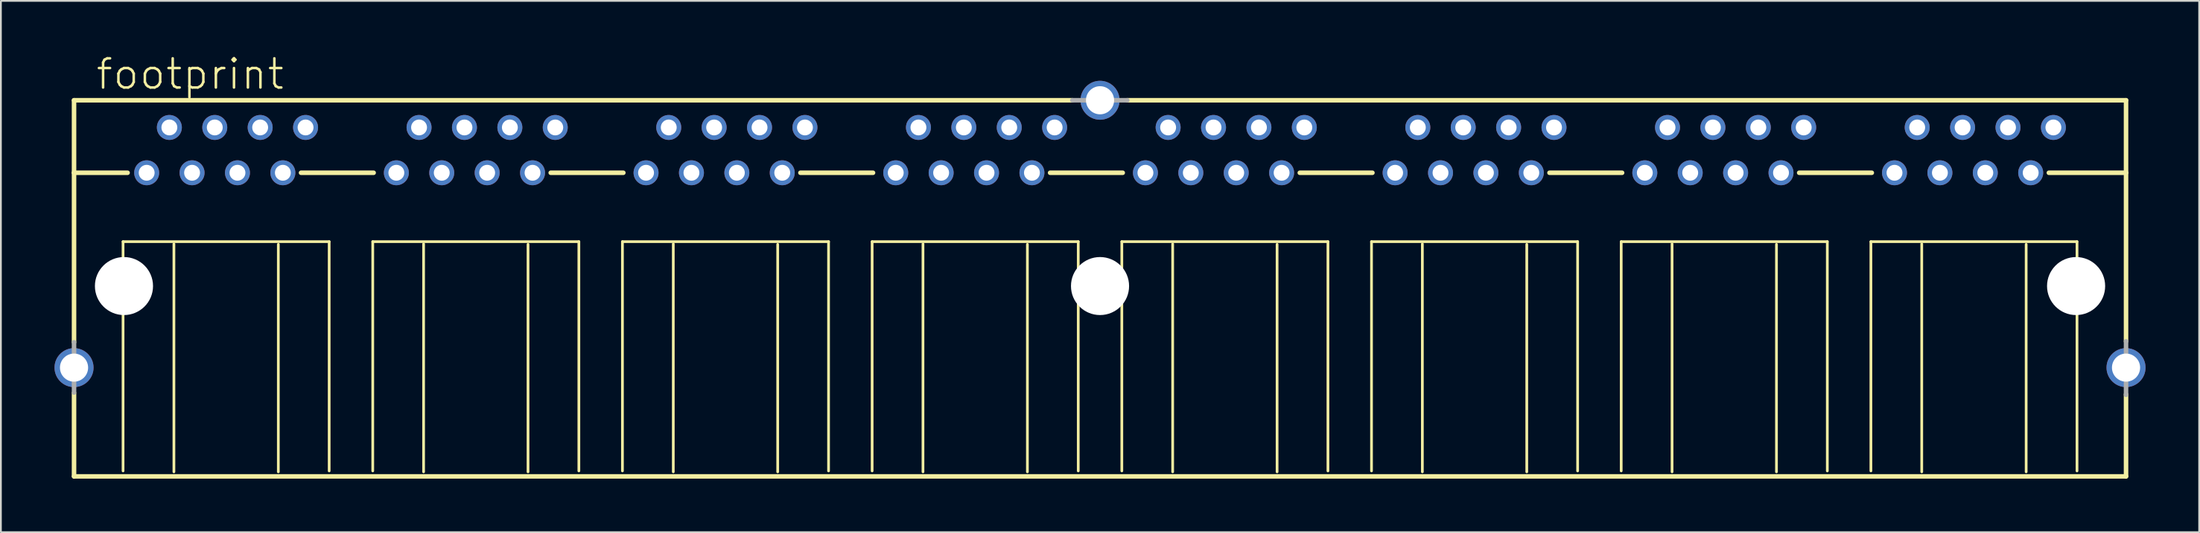
<source format=kicad_pcb>
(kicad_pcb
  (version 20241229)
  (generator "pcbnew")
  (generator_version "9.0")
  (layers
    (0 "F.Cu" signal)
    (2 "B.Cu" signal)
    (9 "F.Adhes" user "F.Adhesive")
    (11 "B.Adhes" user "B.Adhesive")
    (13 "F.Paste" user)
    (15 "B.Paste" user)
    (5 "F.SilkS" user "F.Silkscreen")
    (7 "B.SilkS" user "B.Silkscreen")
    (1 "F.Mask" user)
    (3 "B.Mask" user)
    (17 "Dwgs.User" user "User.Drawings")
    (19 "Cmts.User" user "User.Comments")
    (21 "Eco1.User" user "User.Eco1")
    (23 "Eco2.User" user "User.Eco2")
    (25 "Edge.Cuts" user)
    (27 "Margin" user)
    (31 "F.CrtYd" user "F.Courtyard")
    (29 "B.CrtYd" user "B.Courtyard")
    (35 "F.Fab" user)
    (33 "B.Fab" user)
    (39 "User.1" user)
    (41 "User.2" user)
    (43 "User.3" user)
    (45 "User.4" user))
  (footprint "footprint"
    (layer "F.Cu")
    (at 58.496 12.984)
    (property "Reference" "footprint" (at -56.261 -10.922 0) (layer "F.SilkS") (effects (font (size 1.636 1.636) (thickness 0.142)) (justify left bottom)))
    (fp_line (start -57.404 -10.414) (end -57.404 -6.35) (stroke (width 0.254) (type solid)) (layer "F.SilkS"))
    (fp_line (start -57.404 -6.35) (end -57.404 3.15) (stroke (width 0.254) (type solid)) (layer "F.SilkS"))
    (fp_line (start -57.404 5.994) (end -57.404 10.668) (stroke (width 0.254) (type solid)) (layer "F.SilkS"))
    (fp_line (start -57.404 10.668) (end 57.404 10.668) (stroke (width 0.254) (type solid)) (layer "F.SilkS"))
    (fp_line (start -54.661 -2.489) (end -54.661 10.363) (stroke (width 0.152) (type solid)) (layer "F.SilkS"))
    (fp_line (start -54.407 -6.35) (end -57.404 -6.35) (stroke (width 0.254) (type solid)) (layer "F.SilkS"))
    (fp_line (start -51.816 10.414) (end -51.816 -2.362) (stroke (width 0.152) (type solid)) (layer "F.SilkS"))
    (fp_line (start -45.974 -2.337) (end -45.974 10.414) (stroke (width 0.152) (type solid)) (layer "F.SilkS"))
    (fp_line (start -44.704 -6.35) (end -40.64 -6.35) (stroke (width 0.254) (type solid)) (layer "F.SilkS"))
    (fp_line (start -43.129 -2.489) (end -54.661 -2.489) (stroke (width 0.152) (type solid)) (layer "F.SilkS"))
    (fp_line (start -43.129 10.363) (end -43.129 -2.489) (stroke (width 0.152) (type solid)) (layer "F.SilkS"))
    (fp_line (start -40.691 -2.489) (end -40.691 10.363) (stroke (width 0.152) (type solid)) (layer "F.SilkS"))
    (fp_line (start -37.846 10.414) (end -37.846 -2.362) (stroke (width 0.152) (type solid)) (layer "F.SilkS"))
    (fp_line (start -32.004 -2.337) (end -32.004 10.414) (stroke (width 0.152) (type solid)) (layer "F.SilkS"))
    (fp_line (start -30.734 -6.35) (end -26.67 -6.35) (stroke (width 0.254) (type solid)) (layer "F.SilkS"))
    (fp_line (start -29.159 -2.489) (end -40.691 -2.489) (stroke (width 0.152) (type solid)) (layer "F.SilkS"))
    (fp_line (start -29.159 10.363) (end -29.159 -2.489) (stroke (width 0.152) (type solid)) (layer "F.SilkS"))
    (fp_line (start -26.721 -2.489) (end -26.721 10.363) (stroke (width 0.152) (type solid)) (layer "F.SilkS"))
    (fp_line (start -23.876 10.414) (end -23.876 -2.362) (stroke (width 0.152) (type solid)) (layer "F.SilkS"))
    (fp_line (start -18.034 -2.337) (end -18.034 10.414) (stroke (width 0.152) (type solid)) (layer "F.SilkS"))
    (fp_line (start -16.764 -6.35) (end -12.7 -6.35) (stroke (width 0.254) (type solid)) (layer "F.SilkS"))
    (fp_line (start -15.189 -2.489) (end -26.721 -2.489) (stroke (width 0.152) (type solid)) (layer "F.SilkS"))
    (fp_line (start -15.189 10.363) (end -15.189 -2.489) (stroke (width 0.152) (type solid)) (layer "F.SilkS"))
    (fp_line (start -12.751 -2.489) (end -12.751 10.363) (stroke (width 0.152) (type solid)) (layer "F.SilkS"))
    (fp_line (start -9.906 10.414) (end -9.906 -2.362) (stroke (width 0.152) (type solid)) (layer "F.SilkS"))
    (fp_line (start -4.064 -2.337) (end -4.064 10.414) (stroke (width 0.152) (type solid)) (layer "F.SilkS"))
    (fp_line (start -2.794 -6.35) (end 1.27 -6.35) (stroke (width 0.254) (type solid)) (layer "F.SilkS"))
    (fp_line (start -1.549 -10.414) (end -57.404 -10.414) (stroke (width 0.254) (type solid)) (layer "F.SilkS"))
    (fp_line (start -1.219 -2.489) (end -12.751 -2.489) (stroke (width 0.152) (type solid)) (layer "F.SilkS"))
    (fp_line (start -1.219 10.363) (end -1.219 -2.489) (stroke (width 0.152) (type solid)) (layer "F.SilkS"))
    (fp_line (start 1.219 -2.489) (end 1.219 10.363) (stroke (width 0.152) (type solid)) (layer "F.SilkS"))
    (fp_line (start 4.064 10.414) (end 4.064 -2.362) (stroke (width 0.152) (type solid)) (layer "F.SilkS"))
    (fp_line (start 9.906 -2.337) (end 9.906 10.414) (stroke (width 0.152) (type solid)) (layer "F.SilkS"))
    (fp_line (start 11.176 -6.35) (end 15.24 -6.35) (stroke (width 0.254) (type solid)) (layer "F.SilkS"))
    (fp_line (start 12.751 -2.489) (end 1.219 -2.489) (stroke (width 0.152) (type solid)) (layer "F.SilkS"))
    (fp_line (start 12.751 10.363) (end 12.751 -2.489) (stroke (width 0.152) (type solid)) (layer "F.SilkS"))
    (fp_line (start 15.189 -2.489) (end 15.189 10.363) (stroke (width 0.152) (type solid)) (layer "F.SilkS"))
    (fp_line (start 18.034 10.414) (end 18.034 -2.362) (stroke (width 0.152) (type solid)) (layer "F.SilkS"))
    (fp_line (start 23.876 -2.337) (end 23.876 10.414) (stroke (width 0.152) (type solid)) (layer "F.SilkS"))
    (fp_line (start 25.146 -6.35) (end 29.21 -6.35) (stroke (width 0.254) (type solid)) (layer "F.SilkS"))
    (fp_line (start 26.721 -2.489) (end 15.189 -2.489) (stroke (width 0.152) (type solid)) (layer "F.SilkS"))
    (fp_line (start 26.721 10.363) (end 26.721 -2.489) (stroke (width 0.152) (type solid)) (layer "F.SilkS"))
    (fp_line (start 29.159 -2.489) (end 29.159 10.363) (stroke (width 0.152) (type solid)) (layer "F.SilkS"))
    (fp_line (start 32.004 10.414) (end 32.004 -2.362) (stroke (width 0.152) (type solid)) (layer "F.SilkS"))
    (fp_line (start 37.846 -2.337) (end 37.846 10.414) (stroke (width 0.152) (type solid)) (layer "F.SilkS"))
    (fp_line (start 39.116 -6.35) (end 43.18 -6.35) (stroke (width 0.254) (type solid)) (layer "F.SilkS"))
    (fp_line (start 40.691 -2.489) (end 29.159 -2.489) (stroke (width 0.152) (type solid)) (layer "F.SilkS"))
    (fp_line (start 40.691 10.363) (end 40.691 -2.489) (stroke (width 0.152) (type solid)) (layer "F.SilkS"))
    (fp_line (start 43.129 -2.489) (end 43.129 10.363) (stroke (width 0.152) (type solid)) (layer "F.SilkS"))
    (fp_line (start 45.974 10.414) (end 45.974 -2.362) (stroke (width 0.152) (type solid)) (layer "F.SilkS"))
    (fp_line (start 51.816 -2.337) (end 51.816 10.414) (stroke (width 0.152) (type solid)) (layer "F.SilkS"))
    (fp_line (start 53.086 -6.35) (end 57.404 -6.35) (stroke (width 0.254) (type solid)) (layer "F.SilkS"))
    (fp_line (start 54.661 -2.489) (end 43.129 -2.489) (stroke (width 0.152) (type solid)) (layer "F.SilkS"))
    (fp_line (start 54.661 10.363) (end 54.661 -2.489) (stroke (width 0.152) (type solid)) (layer "F.SilkS"))
    (fp_line (start 57.404 -10.414) (end 1.524 -10.414) (stroke (width 0.254) (type solid)) (layer "F.SilkS"))
    (fp_line (start 57.404 -6.35) (end 57.404 -10.414) (stroke (width 0.254) (type solid)) (layer "F.SilkS"))
    (fp_line (start 57.404 3.099) (end 57.404 -6.35) (stroke (width 0.254) (type solid)) (layer "F.SilkS"))
    (fp_line (start 57.404 10.668) (end 57.404 6.071) (stroke (width 0.254) (type solid)) (layer "F.SilkS"))
    (fp_line (start -57.404 3.15) (end -57.404 5.969) (stroke (width 0.254) (type solid)) (layer "F.Fab"))
    (fp_line (start 1.524 -10.414) (end -1.549 -10.414) (stroke (width 0.254) (type solid)) (layer "F.Fab"))
    (fp_line (start 57.404 6.096) (end 57.404 3.099) (stroke (width 0.254) (type solid)) (layer "F.Fab"))
    (pad "" np_thru_hole circle (at -54.61 0) (size 3.251 3.251) (drill 3.251) (layers "*.Cu" "*.Mask"))
    (pad "" np_thru_hole circle (at 0 0) (size 3.251 3.251) (drill 3.251) (layers "*.Cu" "*.Mask"))
    (pad "" np_thru_hole circle (at 54.61 0) (size 3.251 3.251) (drill 3.251) (layers "*.Cu" "*.Mask"))
    (pad "1-1" thru_hole circle (at -53.34 -6.35) (size 1.397 1.397) (drill 0.889) (layers "*.Cu" "*.Mask"))
    (pad "1-2" thru_hole circle (at -52.07 -8.89) (size 1.397 1.397) (drill 0.889) (layers "*.Cu" "*.Mask"))
    (pad "1-3" thru_hole circle (at -50.8 -6.35) (size 1.397 1.397) (drill 0.889) (layers "*.Cu" "*.Mask"))
    (pad "1-4" thru_hole circle (at -49.53 -8.89) (size 1.397 1.397) (drill 0.889) (layers "*.Cu" "*.Mask"))
    (pad "1-5" thru_hole circle (at -48.26 -6.35) (size 1.397 1.397) (drill 0.889) (layers "*.Cu" "*.Mask"))
    (pad "1-6" thru_hole circle (at -46.99 -8.89) (size 1.397 1.397) (drill 0.889) (layers "*.Cu" "*.Mask"))
    (pad "1-7" thru_hole circle (at -45.72 -6.35) (size 1.397 1.397) (drill 0.889) (layers "*.Cu" "*.Mask"))
    (pad "1-8" thru_hole circle (at -44.45 -8.89) (size 1.397 1.397) (drill 0.889) (layers "*.Cu" "*.Mask"))
    (pad "2-1" thru_hole circle (at -39.37 -6.35) (size 1.397 1.397) (drill 0.889) (layers "*.Cu" "*.Mask"))
    (pad "2-2" thru_hole circle (at -38.1 -8.89) (size 1.397 1.397) (drill 0.889) (layers "*.Cu" "*.Mask"))
    (pad "2-3" thru_hole circle (at -36.83 -6.35) (size 1.397 1.397) (drill 0.889) (layers "*.Cu" "*.Mask"))
    (pad "2-4" thru_hole circle (at -35.56 -8.89) (size 1.397 1.397) (drill 0.889) (layers "*.Cu" "*.Mask"))
    (pad "2-5" thru_hole circle (at -34.29 -6.35) (size 1.397 1.397) (drill 0.889) (layers "*.Cu" "*.Mask"))
    (pad "2-6" thru_hole circle (at -33.02 -8.89) (size 1.397 1.397) (drill 0.889) (layers "*.Cu" "*.Mask"))
    (pad "2-7" thru_hole circle (at -31.75 -6.35) (size 1.397 1.397) (drill 0.889) (layers "*.Cu" "*.Mask"))
    (pad "2-8" thru_hole circle (at -30.48 -8.89) (size 1.397 1.397) (drill 0.889) (layers "*.Cu" "*.Mask"))
    (pad "3-1" thru_hole circle (at -25.4 -6.35) (size 1.397 1.397) (drill 0.889) (layers "*.Cu" "*.Mask"))
    (pad "3-2" thru_hole circle (at -24.13 -8.89) (size 1.397 1.397) (drill 0.889) (layers "*.Cu" "*.Mask"))
    (pad "3-3" thru_hole circle (at -22.86 -6.35) (size 1.397 1.397) (drill 0.889) (layers "*.Cu" "*.Mask"))
    (pad "3-4" thru_hole circle (at -21.59 -8.89) (size 1.397 1.397) (drill 0.889) (layers "*.Cu" "*.Mask"))
    (pad "3-5" thru_hole circle (at -20.32 -6.35) (size 1.397 1.397) (drill 0.889) (layers "*.Cu" "*.Mask"))
    (pad "3-6" thru_hole circle (at -19.05 -8.89) (size 1.397 1.397) (drill 0.889) (layers "*.Cu" "*.Mask"))
    (pad "3-7" thru_hole circle (at -17.78 -6.35) (size 1.397 1.397) (drill 0.889) (layers "*.Cu" "*.Mask"))
    (pad "3-8" thru_hole circle (at -16.51 -8.89) (size 1.397 1.397) (drill 0.889) (layers "*.Cu" "*.Mask"))
    (pad "4-1" thru_hole circle (at -11.43 -6.35) (size 1.397 1.397) (drill 0.889) (layers "*.Cu" "*.Mask"))
    (pad "4-2" thru_hole circle (at -10.16 -8.89) (size 1.397 1.397) (drill 0.889) (layers "*.Cu" "*.Mask"))
    (pad "4-3" thru_hole circle (at -8.89 -6.35) (size 1.397 1.397) (drill 0.889) (layers "*.Cu" "*.Mask"))
    (pad "4-4" thru_hole circle (at -7.62 -8.89) (size 1.397 1.397) (drill 0.889) (layers "*.Cu" "*.Mask"))
    (pad "4-5" thru_hole circle (at -6.35 -6.35) (size 1.397 1.397) (drill 0.889) (layers "*.Cu" "*.Mask"))
    (pad "4-6" thru_hole circle (at -5.08 -8.89) (size 1.397 1.397) (drill 0.889) (layers "*.Cu" "*.Mask"))
    (pad "4-7" thru_hole circle (at -3.81 -6.35) (size 1.397 1.397) (drill 0.889) (layers "*.Cu" "*.Mask"))
    (pad "4-8" thru_hole circle (at -2.54 -8.89) (size 1.397 1.397) (drill 0.889) (layers "*.Cu" "*.Mask"))
    (pad "5-1" thru_hole circle (at 2.54 -6.35) (size 1.397 1.397) (drill 0.889) (layers "*.Cu" "*.Mask"))
    (pad "5-2" thru_hole circle (at 3.81 -8.89) (size 1.397 1.397) (drill 0.889) (layers "*.Cu" "*.Mask"))
    (pad "5-3" thru_hole circle (at 5.08 -6.35) (size 1.397 1.397) (drill 0.889) (layers "*.Cu" "*.Mask"))
    (pad "5-4" thru_hole circle (at 6.35 -8.89) (size 1.397 1.397) (drill 0.889) (layers "*.Cu" "*.Mask"))
    (pad "5-5" thru_hole circle (at 7.62 -6.35) (size 1.397 1.397) (drill 0.889) (layers "*.Cu" "*.Mask"))
    (pad "5-6" thru_hole circle (at 8.89 -8.89) (size 1.397 1.397) (drill 0.889) (layers "*.Cu" "*.Mask"))
    (pad "5-7" thru_hole circle (at 10.16 -6.35) (size 1.397 1.397) (drill 0.889) (layers "*.Cu" "*.Mask"))
    (pad "5-8" thru_hole circle (at 11.43 -8.89) (size 1.397 1.397) (drill 0.889) (layers "*.Cu" "*.Mask"))
    (pad "6-1" thru_hole circle (at 16.51 -6.35) (size 1.397 1.397) (drill 0.889) (layers "*.Cu" "*.Mask"))
    (pad "6-2" thru_hole circle (at 17.78 -8.89) (size 1.397 1.397) (drill 0.889) (layers "*.Cu" "*.Mask"))
    (pad "6-3" thru_hole circle (at 19.05 -6.35) (size 1.397 1.397) (drill 0.889) (layers "*.Cu" "*.Mask"))
    (pad "6-4" thru_hole circle (at 20.32 -8.89) (size 1.397 1.397) (drill 0.889) (layers "*.Cu" "*.Mask"))
    (pad "6-5" thru_hole circle (at 21.59 -6.35) (size 1.397 1.397) (drill 0.889) (layers "*.Cu" "*.Mask"))
    (pad "6-6" thru_hole circle (at 22.86 -8.89) (size 1.397 1.397) (drill 0.889) (layers "*.Cu" "*.Mask"))
    (pad "6-7" thru_hole circle (at 24.13 -6.35) (size 1.397 1.397) (drill 0.889) (layers "*.Cu" "*.Mask"))
    (pad "6-8" thru_hole circle (at 25.4 -8.89) (size 1.397 1.397) (drill 0.889) (layers "*.Cu" "*.Mask"))
    (pad "7-1" thru_hole circle (at 30.48 -6.35) (size 1.397 1.397) (drill 0.889) (layers "*.Cu" "*.Mask"))
    (pad "7-2" thru_hole circle (at 31.75 -8.89) (size 1.397 1.397) (drill 0.889) (layers "*.Cu" "*.Mask"))
    (pad "7-3" thru_hole circle (at 33.02 -6.35) (size 1.397 1.397) (drill 0.889) (layers "*.Cu" "*.Mask"))
    (pad "7-4" thru_hole circle (at 34.29 -8.89) (size 1.397 1.397) (drill 0.889) (layers "*.Cu" "*.Mask"))
    (pad "7-5" thru_hole circle (at 35.56 -6.35) (size 1.397 1.397) (drill 0.889) (layers "*.Cu" "*.Mask"))
    (pad "7-6" thru_hole circle (at 36.83 -8.89) (size 1.397 1.397) (drill 0.889) (layers "*.Cu" "*.Mask"))
    (pad "7-7" thru_hole circle (at 38.1 -6.35) (size 1.397 1.397) (drill 0.889) (layers "*.Cu" "*.Mask"))
    (pad "7-8" thru_hole circle (at 39.37 -8.89) (size 1.397 1.397) (drill 0.889) (layers "*.Cu" "*.Mask"))
    (pad "8-1" thru_hole circle (at 44.45 -6.35) (size 1.397 1.397) (drill 0.889) (layers "*.Cu" "*.Mask"))
    (pad "8-2" thru_hole circle (at 45.72 -8.89) (size 1.397 1.397) (drill 0.889) (layers "*.Cu" "*.Mask"))
    (pad "8-3" thru_hole circle (at 46.99 -6.35) (size 1.397 1.397) (drill 0.889) (layers "*.Cu" "*.Mask"))
    (pad "8-4" thru_hole circle (at 48.26 -8.89) (size 1.397 1.397) (drill 0.889) (layers "*.Cu" "*.Mask"))
    (pad "8-5" thru_hole circle (at 49.53 -6.35) (size 1.397 1.397) (drill 0.889) (layers "*.Cu" "*.Mask"))
    (pad "8-6" thru_hole circle (at 50.8 -8.89) (size 1.397 1.397) (drill 0.889) (layers "*.Cu" "*.Mask"))
    (pad "8-7" thru_hole circle (at 52.07 -6.35) (size 1.397 1.397) (drill 0.889) (layers "*.Cu" "*.Mask"))
    (pad "8-8" thru_hole circle (at 53.34 -8.89) (size 1.397 1.397) (drill 0.889) (layers "*.Cu" "*.Mask"))
    (pad "G1" thru_hole circle (at -57.404 4.572) (size 2.184 2.184) (drill 1.575) (layers "*.Cu" "*.Mask"))
    (pad "G2" thru_hole circle (at 0 -10.414) (size 2.184 2.184) (drill 1.575) (layers "*.Cu" "*.Mask"))
    (pad "G3" thru_hole circle (at 57.404 4.572) (size 2.184 2.184) (drill 1.575) (layers "*.Cu" "*.Mask")))
  (gr_rect
    (start -3 -3)
    (end 119.992 26.779)
    (stroke (width 0.1) (type default))
    (fill no)
    (layer "Edge.Cuts")))
</source>
